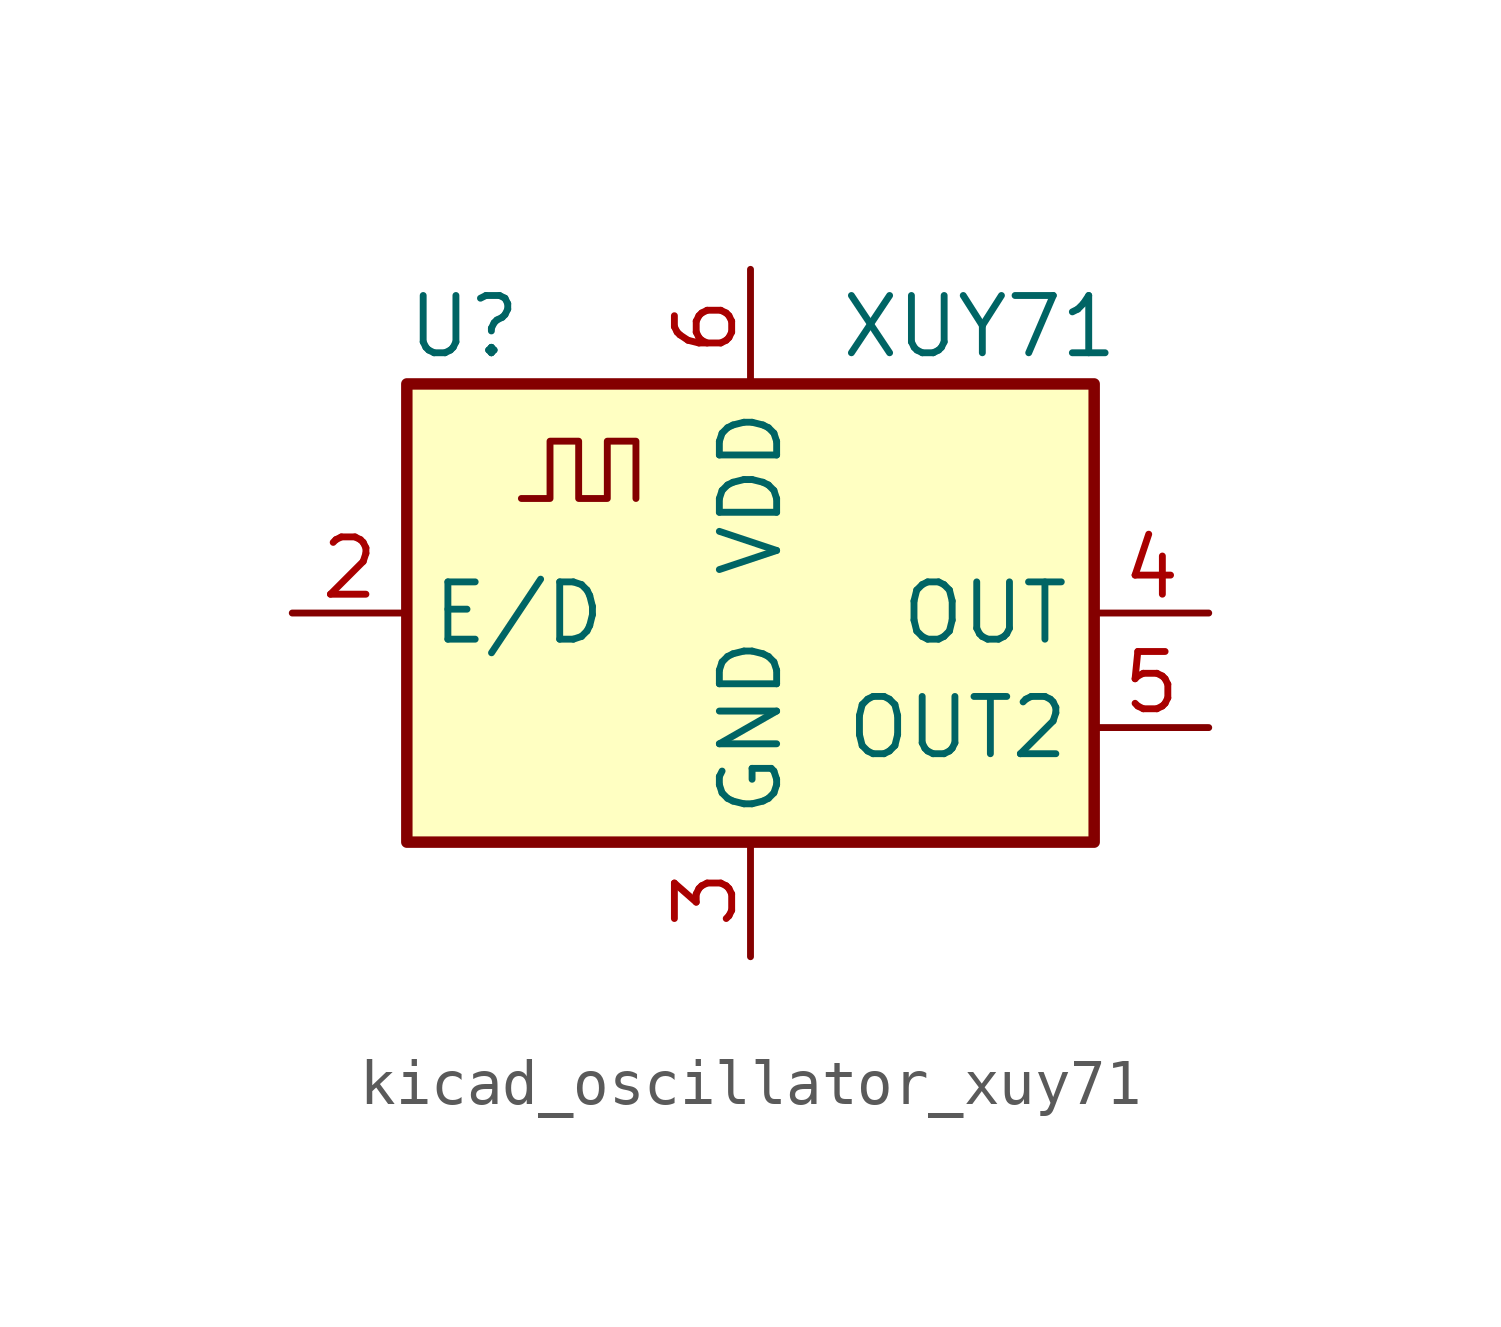
<source format=kicad_sym>
(kicad_symbol_lib
  (version 20220914)
  (generator kicad_symbol_editor)
  (symbol "kicad_oscillator_xuy71"
    (property "Reference" "U"
      (at -6.35 6.35 0)
      (effects (font (size 1.27 1.27))))
    (property "Value" "XUY71"
      (at 5.08 6.35 0)
      (effects (font (size 1.27 1.27))))
    (symbol "kicad_oscillator_xuy71_0_1"
      (rectangle (start -7.62 5.08) (end 7.62 -5.08) (stroke (width 0.254) (type default)) (fill (type background))))
    (symbol "kicad_oscillator_xuy71_1_1"
      (polyline (pts (xy -5.08 2.54) (xy -4.445 2.54) (xy -4.445 3.81) (xy -3.81 3.81) (xy -3.81 2.54) (xy -3.175 2.54) (xy -3.175 3.81) (xy -2.54 3.81) (xy -2.54 2.54)) (stroke (width 0) (type default)) (fill (type none)))
      (pin no_connect line (at -7.62 -2.54 0) (length 2.54) hide (name "NC" (effects (font (size 1.27 1.27)))) (number "1" (effects (font (size 1.27 1.27)))))
      (pin input line (at -10.16 0 0) (length 2.54) (name "E/D" (effects (font (size 1.27 1.27)))) (number "2" (effects (font (size 1.27 1.27)))))
      (pin power_in line (at 0 -7.62 90) (length 2.54) (name "GND" (effects (font (size 1.27 1.27)))) (number "3" (effects (font (size 1.27 1.27)))))
      (pin output line (at 10.16 0 180) (length 2.54) (name "OUT" (effects (font (size 1.27 1.27)))) (number "4" (effects (font (size 1.27 1.27)))))
      (pin output line (at 10.16 -2.54 180) (length 2.54) (name "OUT2" (effects (font (size 1.27 1.27)))) (number "5" (effects (font (size 1.27 1.27)))))
      (pin power_in line (at 0 7.62 270) (length 2.54) (name "VDD" (effects (font (size 1.27 1.27)))) (number "6" (effects (font (size 1.27 1.27))))))))
</source>
